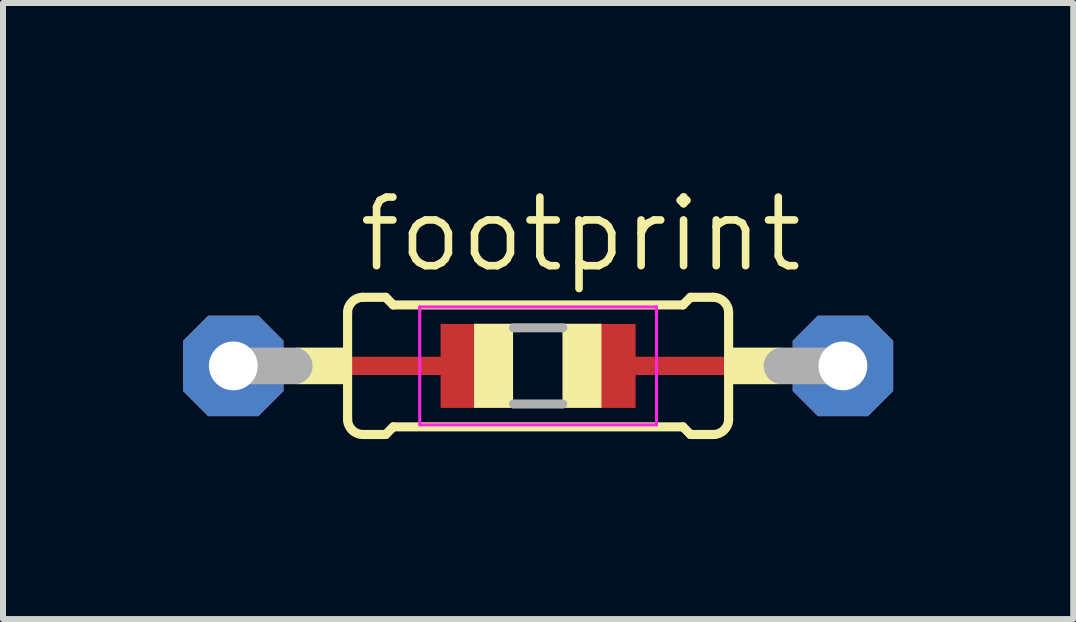
<source format=kicad_pcb>
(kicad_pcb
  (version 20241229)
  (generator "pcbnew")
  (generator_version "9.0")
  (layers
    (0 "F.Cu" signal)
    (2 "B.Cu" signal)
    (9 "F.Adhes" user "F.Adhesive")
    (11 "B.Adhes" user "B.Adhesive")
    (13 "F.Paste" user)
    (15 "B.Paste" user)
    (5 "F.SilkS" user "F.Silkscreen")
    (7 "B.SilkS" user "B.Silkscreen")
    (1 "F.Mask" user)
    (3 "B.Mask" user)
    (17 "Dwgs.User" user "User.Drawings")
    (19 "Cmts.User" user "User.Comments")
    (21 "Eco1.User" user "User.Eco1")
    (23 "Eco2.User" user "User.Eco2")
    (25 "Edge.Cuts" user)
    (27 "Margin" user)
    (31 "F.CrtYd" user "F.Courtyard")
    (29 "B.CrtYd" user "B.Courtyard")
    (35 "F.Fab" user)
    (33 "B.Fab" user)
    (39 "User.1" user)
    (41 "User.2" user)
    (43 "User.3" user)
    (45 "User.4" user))
  (footprint "footprint"
    (layer "F.Cu")
    (at 5.918 3.048)
    (property "Reference" "footprint" (at -3.048 -1.524 0) (layer "F.SilkS") (effects (font (size 1.143 1.143) (thickness 0.127)) (justify left bottom)))
    (fp_line (start -4.5 0) (end -1.1 0) (stroke (width 0.305) (type solid)) (layer "F.Cu"))
    (fp_line (start 1 0) (end 5.1 0) (stroke (width 0.305) (type solid)) (layer "F.Cu"))
    (fp_poly (pts (xy -1.625 0.7) (xy -0.425 0.7) (xy -0.425 -0.7) (xy -1.625 -0.7)) (stroke (width 0) (type solid)) (fill yes) (layer "F.Cu"))
    (fp_poly (pts (xy 0.425 0.7) (xy 1.625 0.7) (xy 1.625 -0.7) (xy 0.425 -0.7)) (stroke (width 0) (type solid)) (fill yes) (layer "F.Cu"))
    (fp_poly (pts (xy -1.725 0.8) (xy -0.325 0.8) (xy -0.325 -0.8) (xy -1.725 -0.8)) (stroke (width 0) (type solid)) (fill yes) (layer "F.Mask"))
    (fp_poly (pts (xy 0.325 0.8) (xy 1.725 0.8) (xy 1.725 -0.8) (xy 0.325 -0.8)) (stroke (width 0) (type solid)) (fill yes) (layer "F.Mask"))
    (fp_line (start -3.175 0.889) (end -3.175 -0.889) (stroke (width 0.152) (type solid)) (layer "F.SilkS"))
    (fp_line (start -2.921 -1.143) (end -2.54 -1.143) (stroke (width 0.152) (type solid)) (layer "F.SilkS"))
    (fp_line (start -2.921 1.143) (end -2.54 1.143) (stroke (width 0.152) (type solid)) (layer "F.SilkS"))
    (fp_line (start -2.413 -1.016) (end -2.54 -1.143) (stroke (width 0.152) (type solid)) (layer "F.SilkS"))
    (fp_line (start -2.413 1.016) (end -2.54 1.143) (stroke (width 0.152) (type solid)) (layer "F.SilkS"))
    (fp_line (start 2.413 -1.016) (end -2.413 -1.016) (stroke (width 0.152) (type solid)) (layer "F.SilkS"))
    (fp_line (start 2.413 -1.016) (end 2.54 -1.143) (stroke (width 0.152) (type solid)) (layer "F.SilkS"))
    (fp_line (start 2.413 1.016) (end -2.413 1.016) (stroke (width 0.152) (type solid)) (layer "F.SilkS"))
    (fp_line (start 2.413 1.016) (end 2.54 1.143) (stroke (width 0.152) (type solid)) (layer "F.SilkS"))
    (fp_line (start 2.921 -1.143) (end 2.54 -1.143) (stroke (width 0.152) (type solid)) (layer "F.SilkS"))
    (fp_line (start 2.921 1.143) (end 2.54 1.143) (stroke (width 0.152) (type solid)) (layer "F.SilkS"))
    (fp_line (start 3.175 0.889) (end 3.175 -0.889) (stroke (width 0.152) (type solid)) (layer "F.SilkS"))
    (fp_arc (start -3.175 -0.889) (mid -3.100605 -1.068605) (end -2.921 -1.143) (stroke (width 0.1524) (type solid)) (layer "F.SilkS"))
    (fp_arc (start -2.921 1.143) (mid -3.100605 1.068605) (end -3.175 0.889) (stroke (width 0.1524) (type solid)) (layer "F.SilkS"))
    (fp_arc (start 2.921 -1.143) (mid 3.100605 -1.068605) (end 3.175 -0.889) (stroke (width 0.1524) (type solid)) (layer "F.SilkS"))
    (fp_arc (start 3.175 0.889) (mid 3.100605 1.068605) (end 2.921 1.143) (stroke (width 0.1524) (type solid)) (layer "F.SilkS"))
    (fp_poly (pts (xy -4.039 0.305) (xy -3.175 0.305) (xy -3.175 -0.305) (xy -4.039 -0.305)) (stroke (width 0) (type solid)) (fill yes) (layer "F.SilkS"))
    (fp_poly (pts (xy -1.067 0.699) (xy -0.417 0.699) (xy -0.417 -0.702) (xy -1.067 -0.702)) (stroke (width 0) (type solid)) (fill yes) (layer "F.SilkS"))
    (fp_poly (pts (xy 0.406 0.699) (xy 1.056 0.699) (xy 1.056 -0.702) (xy 0.406 -0.702)) (stroke (width 0) (type solid)) (fill yes) (layer "F.SilkS"))
    (fp_poly (pts (xy 3.175 0.305) (xy 4.039 0.305) (xy 4.039 -0.305) (xy 3.175 -0.305)) (stroke (width 0) (type solid)) (fill yes) (layer "F.SilkS"))
    (fp_poly (pts (xy -1.625 0.7) (xy -0.425 0.7) (xy -0.425 -0.7) (xy -1.625 -0.7)) (stroke (width 0) (type solid)) (fill yes) (layer "F.Paste"))
    (fp_poly (pts (xy 0.425 0.7) (xy 1.625 0.7) (xy 1.625 -0.7) (xy 0.425 -0.7)) (stroke (width 0) (type solid)) (fill yes) (layer "F.Paste"))
    (fp_line (start -1.973 -0.983) (end 1.973 -0.983) (stroke (width 0.051) (type solid)) (layer "F.CrtYd"))
    (fp_line (start -1.973 0.983) (end -1.973 -0.983) (stroke (width 0.051) (type solid)) (layer "F.CrtYd"))
    (fp_line (start 1.973 -0.983) (end 1.973 0.983) (stroke (width 0.051) (type solid)) (layer "F.CrtYd"))
    (fp_line (start 1.973 0.983) (end -1.973 0.983) (stroke (width 0.051) (type solid)) (layer "F.CrtYd"))
    (fp_line (start -5.08 0) (end -4.064 0) (stroke (width 0.61) (type solid)) (layer "F.Fab"))
    (fp_line (start -0.41 -0.635) (end 0.41 -0.635) (stroke (width 0.152) (type solid)) (layer "F.Fab"))
    (fp_line (start -0.41 0.635) (end 0.41 0.635) (stroke (width 0.152) (type solid)) (layer "F.Fab"))
    (fp_line (start 5.08 0) (end 4.064 0) (stroke (width 0.61) (type solid)) (layer "F.Fab"))
    (pad "1" thru_hole roundrect (at -5.08 0) (size 1.676 1.676) (drill 0.813) (layers "*.Cu" "*.Mask") (roundrect_rratio 0.25) (chamfer_ratio 0.25) (chamfer top_left top_right bottom_left bottom_right))
    (pad "2" thru_hole roundrect (at 5.08 0) (size 1.676 1.676) (drill 0.813) (layers "*.Cu" "*.Mask") (roundrect_rratio 0.25) (chamfer_ratio 0.25) (chamfer top_left top_right bottom_left bottom_right)))
  (gr_rect
    (start -3 -3)
    (end 14.836 7.267)
    (stroke (width 0.1) (type default))
    (fill no)
    (layer "Edge.Cuts")))
</source>
